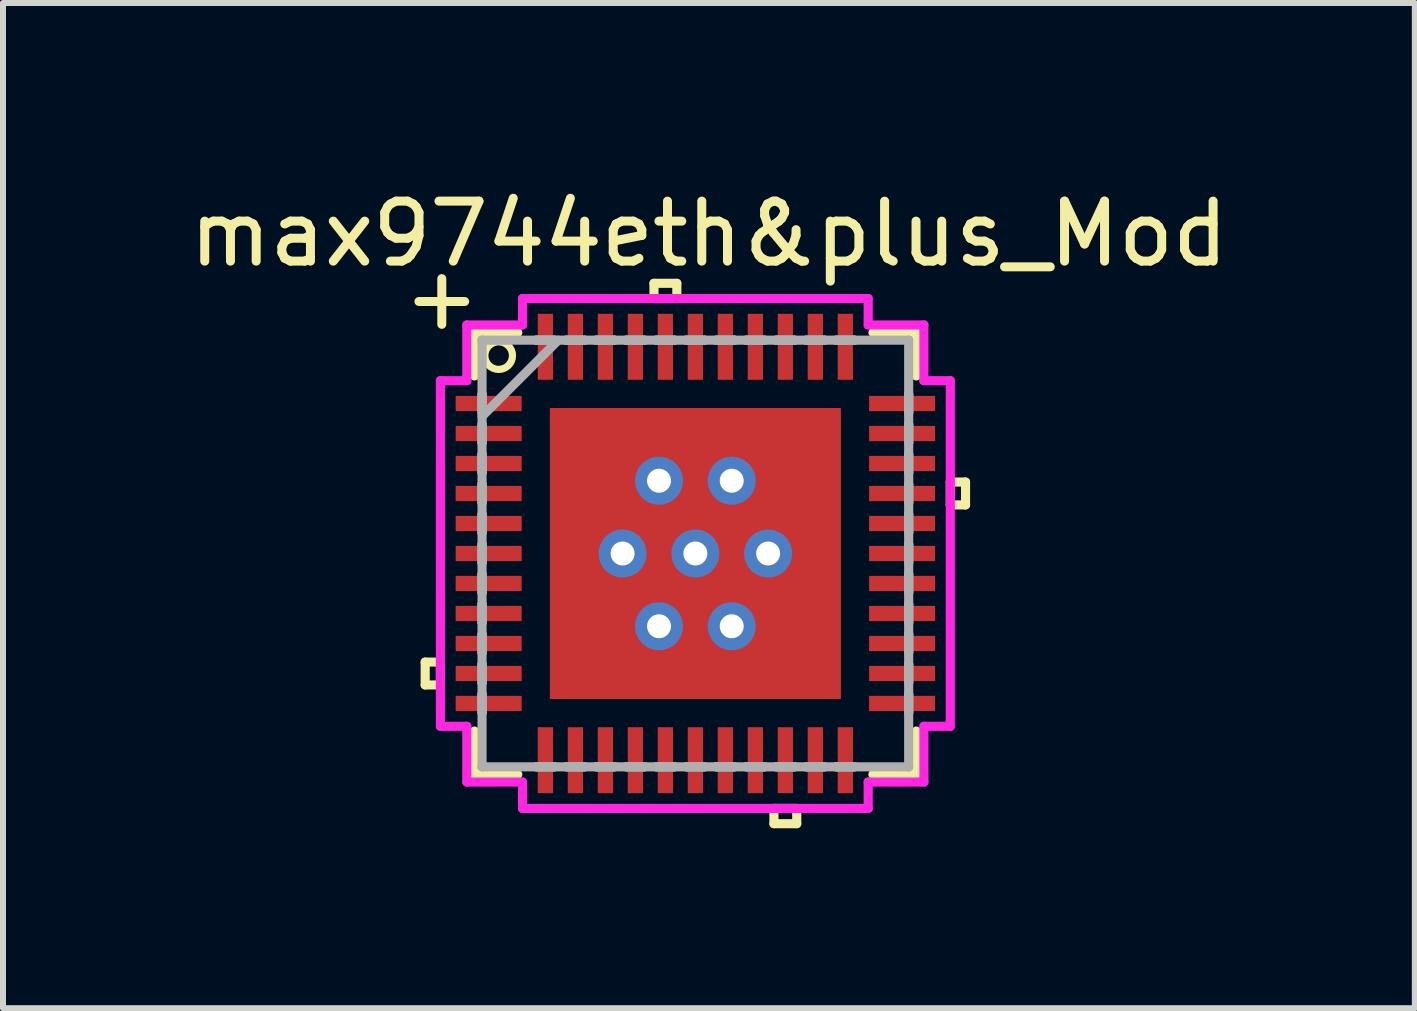
<source format=kicad_pcb>
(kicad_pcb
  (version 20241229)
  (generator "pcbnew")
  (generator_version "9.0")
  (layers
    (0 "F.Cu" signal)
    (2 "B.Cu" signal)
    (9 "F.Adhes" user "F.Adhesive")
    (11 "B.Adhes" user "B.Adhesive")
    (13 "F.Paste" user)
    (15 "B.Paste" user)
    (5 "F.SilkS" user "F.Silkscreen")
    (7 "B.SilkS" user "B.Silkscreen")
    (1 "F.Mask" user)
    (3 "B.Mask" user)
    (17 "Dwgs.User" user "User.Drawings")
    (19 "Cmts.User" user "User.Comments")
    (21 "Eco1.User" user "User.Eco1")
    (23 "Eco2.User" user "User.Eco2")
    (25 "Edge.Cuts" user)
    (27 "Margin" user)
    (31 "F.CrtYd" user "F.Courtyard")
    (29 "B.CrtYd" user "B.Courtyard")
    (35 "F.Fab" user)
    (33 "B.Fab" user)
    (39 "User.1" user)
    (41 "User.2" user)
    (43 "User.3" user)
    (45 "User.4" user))
  (footprint "max9744eth&plus_Mod"
    (layer "F.Cu")
    (at 8.542 6.177)
    (property "Reference" "max9744eth&plus_Mod" (at 0.226 -5.329 0) (layer "F.SilkS") (effects (font (size 1 1) (thickness 0.15))))
    (attr through_hole)
    (fp_line (start -4.504 1.81) (end -4.504 2.191) (stroke (width 0.152) (type solid)) (layer "F.SilkS"))
    (fp_line (start -4.504 2.191) (end -4.25 2.191) (stroke (width 0.152) (type solid)) (layer "F.SilkS"))
    (fp_line (start -4.25 1.81) (end -4.504 1.81) (stroke (width 0.152) (type solid)) (layer "F.SilkS"))
    (fp_line (start -4.25 2.191) (end -4.25 1.81) (stroke (width 0.152) (type solid)) (layer "F.SilkS"))
    (fp_line (start -3.683 -3.683) (end -3.683 -2.96) (stroke (width 0.152) (type solid)) (layer "F.SilkS"))
    (fp_line (start -3.683 2.96) (end -3.683 3.683) (stroke (width 0.152) (type solid)) (layer "F.SilkS"))
    (fp_line (start -3.683 3.683) (end -2.96 3.683) (stroke (width 0.152) (type solid)) (layer "F.SilkS"))
    (fp_line (start -2.96 -3.683) (end -3.683 -3.683) (stroke (width 0.152) (type solid)) (layer "F.SilkS"))
    (fp_line (start -0.69 -4.504) (end -0.309 -4.504) (stroke (width 0.152) (type solid)) (layer "F.SilkS"))
    (fp_line (start -0.69 -4.25) (end -0.69 -4.504) (stroke (width 0.152) (type solid)) (layer "F.SilkS"))
    (fp_line (start -0.309 -4.504) (end -0.309 -4.25) (stroke (width 0.152) (type solid)) (layer "F.SilkS"))
    (fp_line (start -0.309 -4.25) (end -0.69 -4.25) (stroke (width 0.152) (type solid)) (layer "F.SilkS"))
    (fp_line (start 1.31 4.25) (end 1.31 4.504) (stroke (width 0.152) (type solid)) (layer "F.SilkS"))
    (fp_line (start 1.31 4.504) (end 1.69 4.504) (stroke (width 0.152) (type solid)) (layer "F.SilkS"))
    (fp_line (start 1.69 4.25) (end 1.31 4.25) (stroke (width 0.152) (type solid)) (layer "F.SilkS"))
    (fp_line (start 1.69 4.504) (end 1.69 4.25) (stroke (width 0.152) (type solid)) (layer "F.SilkS"))
    (fp_line (start 2.96 3.683) (end 3.683 3.683) (stroke (width 0.152) (type solid)) (layer "F.SilkS"))
    (fp_line (start 3.683 -3.683) (end 2.96 -3.683) (stroke (width 0.152) (type solid)) (layer "F.SilkS"))
    (fp_line (start 3.683 -2.96) (end 3.683 -3.683) (stroke (width 0.152) (type solid)) (layer "F.SilkS"))
    (fp_line (start 3.683 3.683) (end 3.683 2.96) (stroke (width 0.152) (type solid)) (layer "F.SilkS"))
    (fp_line (start 4.25 -1.191) (end 4.504 -1.191) (stroke (width 0.152) (type solid)) (layer "F.SilkS"))
    (fp_line (start 4.25 -0.81) (end 4.25 -1.191) (stroke (width 0.152) (type solid)) (layer "F.SilkS"))
    (fp_line (start 4.504 -1.191) (end 4.504 -0.81) (stroke (width 0.152) (type solid)) (layer "F.SilkS"))
    (fp_line (start 4.504 -0.81) (end 4.25 -0.81) (stroke (width 0.152) (type solid)) (layer "F.SilkS"))
    (fp_circle (center -3.279 -3.299) (end -3.454 -3.449) (stroke (width 0.12) (type solid)) (fill no) (layer "F.SilkS"))
    (fp_line (start -2.326 -2.326) (end -2.326 -0.909) (stroke (width 0.152) (type solid)) (layer "F.Paste"))
    (fp_line (start -2.326 -0.909) (end -0.909 -0.909) (stroke (width 0.152) (type solid)) (layer "F.Paste"))
    (fp_line (start -2.326 -0.709) (end -2.326 0.709) (stroke (width 0.152) (type solid)) (layer "F.Paste"))
    (fp_line (start -2.326 0.709) (end -0.909 0.709) (stroke (width 0.152) (type solid)) (layer "F.Paste"))
    (fp_line (start -2.326 0.909) (end -2.326 2.326) (stroke (width 0.152) (type solid)) (layer "F.Paste"))
    (fp_line (start -2.326 2.326) (end -0.909 2.326) (stroke (width 0.152) (type solid)) (layer "F.Paste"))
    (fp_line (start -0.909 -2.326) (end -2.326 -2.326) (stroke (width 0.152) (type solid)) (layer "F.Paste"))
    (fp_line (start -0.909 -0.909) (end -0.909 -2.326) (stroke (width 0.152) (type solid)) (layer "F.Paste"))
    (fp_line (start -0.909 -0.709) (end -2.326 -0.709) (stroke (width 0.152) (type solid)) (layer "F.Paste"))
    (fp_line (start -0.909 0.709) (end -0.909 -0.709) (stroke (width 0.152) (type solid)) (layer "F.Paste"))
    (fp_line (start -0.909 0.909) (end -2.326 0.909) (stroke (width 0.152) (type solid)) (layer "F.Paste"))
    (fp_line (start -0.909 2.326) (end -0.909 0.909) (stroke (width 0.152) (type solid)) (layer "F.Paste"))
    (fp_line (start -0.709 -2.326) (end -0.709 -0.909) (stroke (width 0.152) (type solid)) (layer "F.Paste"))
    (fp_line (start -0.709 -0.909) (end 0.709 -0.909) (stroke (width 0.152) (type solid)) (layer "F.Paste"))
    (fp_line (start -0.709 -0.709) (end -0.709 0.709) (stroke (width 0.152) (type solid)) (layer "F.Paste"))
    (fp_line (start -0.709 0.709) (end 0.709 0.709) (stroke (width 0.152) (type solid)) (layer "F.Paste"))
    (fp_line (start -0.709 0.909) (end -0.709 2.326) (stroke (width 0.152) (type solid)) (layer "F.Paste"))
    (fp_line (start -0.709 2.326) (end 0.709 2.326) (stroke (width 0.152) (type solid)) (layer "F.Paste"))
    (fp_line (start 0.709 -2.326) (end -0.709 -2.326) (stroke (width 0.152) (type solid)) (layer "F.Paste"))
    (fp_line (start 0.709 -0.909) (end 0.709 -2.326) (stroke (width 0.152) (type solid)) (layer "F.Paste"))
    (fp_line (start 0.709 -0.709) (end -0.709 -0.709) (stroke (width 0.152) (type solid)) (layer "F.Paste"))
    (fp_line (start 0.709 0.709) (end 0.709 -0.709) (stroke (width 0.152) (type solid)) (layer "F.Paste"))
    (fp_line (start 0.709 0.909) (end -0.709 0.909) (stroke (width 0.152) (type solid)) (layer "F.Paste"))
    (fp_line (start 0.709 2.326) (end 0.709 0.909) (stroke (width 0.152) (type solid)) (layer "F.Paste"))
    (fp_line (start 0.909 -2.326) (end 0.909 -0.909) (stroke (width 0.152) (type solid)) (layer "F.Paste"))
    (fp_line (start 0.909 -0.909) (end 2.326 -0.909) (stroke (width 0.152) (type solid)) (layer "F.Paste"))
    (fp_line (start 0.909 -0.709) (end 0.909 0.709) (stroke (width 0.152) (type solid)) (layer "F.Paste"))
    (fp_line (start 0.909 0.709) (end 2.326 0.709) (stroke (width 0.152) (type solid)) (layer "F.Paste"))
    (fp_line (start 0.909 0.909) (end 0.909 2.326) (stroke (width 0.152) (type solid)) (layer "F.Paste"))
    (fp_line (start 0.909 2.326) (end 2.326 2.326) (stroke (width 0.152) (type solid)) (layer "F.Paste"))
    (fp_line (start 2.326 -2.326) (end 0.909 -2.326) (stroke (width 0.152) (type solid)) (layer "F.Paste"))
    (fp_line (start 2.326 -0.909) (end 2.326 -2.326) (stroke (width 0.152) (type solid)) (layer "F.Paste"))
    (fp_line (start 2.326 -0.709) (end 0.909 -0.709) (stroke (width 0.152) (type solid)) (layer "F.Paste"))
    (fp_line (start 2.326 0.709) (end 2.326 -0.709) (stroke (width 0.152) (type solid)) (layer "F.Paste"))
    (fp_line (start 2.326 0.909) (end 0.909 0.909) (stroke (width 0.152) (type solid)) (layer "F.Paste"))
    (fp_line (start 2.326 2.326) (end 2.326 0.909) (stroke (width 0.152) (type solid)) (layer "F.Paste"))
    (fp_line (start -4.25 -2.881) (end -3.81 -2.881) (stroke (width 0.152) (type solid)) (layer "F.CrtYd"))
    (fp_line (start -4.25 2.881) (end -4.25 -2.881) (stroke (width 0.152) (type solid)) (layer "F.CrtYd"))
    (fp_line (start -3.81 -3.81) (end -2.881 -3.81) (stroke (width 0.152) (type solid)) (layer "F.CrtYd"))
    (fp_line (start -3.81 -2.881) (end -3.81 -3.81) (stroke (width 0.152) (type solid)) (layer "F.CrtYd"))
    (fp_line (start -3.81 2.881) (end -4.25 2.881) (stroke (width 0.152) (type solid)) (layer "F.CrtYd"))
    (fp_line (start -3.81 3.81) (end -3.81 2.881) (stroke (width 0.152) (type solid)) (layer "F.CrtYd"))
    (fp_line (start -2.881 -4.25) (end 2.881 -4.25) (stroke (width 0.152) (type solid)) (layer "F.CrtYd"))
    (fp_line (start -2.881 -3.81) (end -2.881 -4.25) (stroke (width 0.152) (type solid)) (layer "F.CrtYd"))
    (fp_line (start -2.881 3.81) (end -3.81 3.81) (stroke (width 0.152) (type solid)) (layer "F.CrtYd"))
    (fp_line (start -2.881 4.25) (end -2.881 3.81) (stroke (width 0.152) (type solid)) (layer "F.CrtYd"))
    (fp_line (start 2.881 -4.25) (end 2.881 -3.81) (stroke (width 0.152) (type solid)) (layer "F.CrtYd"))
    (fp_line (start 2.881 -3.81) (end 3.81 -3.81) (stroke (width 0.152) (type solid)) (layer "F.CrtYd"))
    (fp_line (start 2.881 3.81) (end 2.881 4.25) (stroke (width 0.152) (type solid)) (layer "F.CrtYd"))
    (fp_line (start 2.881 4.25) (end -2.881 4.25) (stroke (width 0.152) (type solid)) (layer "F.CrtYd"))
    (fp_line (start 3.81 -3.81) (end 3.81 -2.881) (stroke (width 0.152) (type solid)) (layer "F.CrtYd"))
    (fp_line (start 3.81 -2.881) (end 4.25 -2.881) (stroke (width 0.152) (type solid)) (layer "F.CrtYd"))
    (fp_line (start 3.81 2.881) (end 3.81 3.81) (stroke (width 0.152) (type solid)) (layer "F.CrtYd"))
    (fp_line (start 3.81 3.81) (end 2.881 3.81) (stroke (width 0.152) (type solid)) (layer "F.CrtYd"))
    (fp_line (start 4.25 -2.881) (end 4.25 2.881) (stroke (width 0.152) (type solid)) (layer "F.CrtYd"))
    (fp_line (start 4.25 2.881) (end 3.81 2.881) (stroke (width 0.152) (type solid)) (layer "F.CrtYd"))
    (fp_line (start -3.556 -3.556) (end -3.556 -3.556) (stroke (width 0.152) (type solid)) (layer "F.Fab"))
    (fp_line (start -3.556 -3.556) (end -3.556 3.556) (stroke (width 0.152) (type solid)) (layer "F.Fab"))
    (fp_line (start -3.556 -2.652) (end -3.556 -2.652) (stroke (width 0.152) (type solid)) (layer "F.Fab"))
    (fp_line (start -3.556 -2.652) (end -3.556 -2.348) (stroke (width 0.152) (type solid)) (layer "F.Fab"))
    (fp_line (start -3.556 -2.348) (end -3.556 -2.652) (stroke (width 0.152) (type solid)) (layer "F.Fab"))
    (fp_line (start -3.556 -2.348) (end -3.556 -2.348) (stroke (width 0.152) (type solid)) (layer "F.Fab"))
    (fp_line (start -3.556 -2.286) (end -2.286 -3.556) (stroke (width 0.152) (type solid)) (layer "F.Fab"))
    (fp_line (start -3.556 -2.152) (end -3.556 -2.152) (stroke (width 0.152) (type solid)) (layer "F.Fab"))
    (fp_line (start -3.556 -2.152) (end -3.556 -1.848) (stroke (width 0.152) (type solid)) (layer "F.Fab"))
    (fp_line (start -3.556 -1.848) (end -3.556 -2.152) (stroke (width 0.152) (type solid)) (layer "F.Fab"))
    (fp_line (start -3.556 -1.848) (end -3.556 -1.848) (stroke (width 0.152) (type solid)) (layer "F.Fab"))
    (fp_line (start -3.556 -1.652) (end -3.556 -1.652) (stroke (width 0.152) (type solid)) (layer "F.Fab"))
    (fp_line (start -3.556 -1.652) (end -3.556 -1.348) (stroke (width 0.152) (type solid)) (layer "F.Fab"))
    (fp_line (start -3.556 -1.348) (end -3.556 -1.652) (stroke (width 0.152) (type solid)) (layer "F.Fab"))
    (fp_line (start -3.556 -1.348) (end -3.556 -1.348) (stroke (width 0.152) (type solid)) (layer "F.Fab"))
    (fp_line (start -3.556 -1.152) (end -3.556 -1.152) (stroke (width 0.152) (type solid)) (layer "F.Fab"))
    (fp_line (start -3.556 -1.152) (end -3.556 -0.848) (stroke (width 0.152) (type solid)) (layer "F.Fab"))
    (fp_line (start -3.556 -0.848) (end -3.556 -1.152) (stroke (width 0.152) (type solid)) (layer "F.Fab"))
    (fp_line (start -3.556 -0.848) (end -3.556 -0.848) (stroke (width 0.152) (type solid)) (layer "F.Fab"))
    (fp_line (start -3.556 -0.652) (end -3.556 -0.652) (stroke (width 0.152) (type solid)) (layer "F.Fab"))
    (fp_line (start -3.556 -0.652) (end -3.556 -0.348) (stroke (width 0.152) (type solid)) (layer "F.Fab"))
    (fp_line (start -3.556 -0.348) (end -3.556 -0.652) (stroke (width 0.152) (type solid)) (layer "F.Fab"))
    (fp_line (start -3.556 -0.348) (end -3.556 -0.348) (stroke (width 0.152) (type solid)) (layer "F.Fab"))
    (fp_line (start -3.556 -0.152) (end -3.556 -0.152) (stroke (width 0.152) (type solid)) (layer "F.Fab"))
    (fp_line (start -3.556 -0.152) (end -3.556 0.152) (stroke (width 0.152) (type solid)) (layer "F.Fab"))
    (fp_line (start -3.556 0.152) (end -3.556 -0.152) (stroke (width 0.152) (type solid)) (layer "F.Fab"))
    (fp_line (start -3.556 0.152) (end -3.556 0.152) (stroke (width 0.152) (type solid)) (layer "F.Fab"))
    (fp_line (start -3.556 0.348) (end -3.556 0.348) (stroke (width 0.152) (type solid)) (layer "F.Fab"))
    (fp_line (start -3.556 0.348) (end -3.556 0.652) (stroke (width 0.152) (type solid)) (layer "F.Fab"))
    (fp_line (start -3.556 0.652) (end -3.556 0.348) (stroke (width 0.152) (type solid)) (layer "F.Fab"))
    (fp_line (start -3.556 0.652) (end -3.556 0.652) (stroke (width 0.152) (type solid)) (layer "F.Fab"))
    (fp_line (start -3.556 0.848) (end -3.556 0.848) (stroke (width 0.152) (type solid)) (layer "F.Fab"))
    (fp_line (start -3.556 0.848) (end -3.556 1.152) (stroke (width 0.152) (type solid)) (layer "F.Fab"))
    (fp_line (start -3.556 1.152) (end -3.556 0.848) (stroke (width 0.152) (type solid)) (layer "F.Fab"))
    (fp_line (start -3.556 1.152) (end -3.556 1.152) (stroke (width 0.152) (type solid)) (layer "F.Fab"))
    (fp_line (start -3.556 1.348) (end -3.556 1.348) (stroke (width 0.152) (type solid)) (layer "F.Fab"))
    (fp_line (start -3.556 1.348) (end -3.556 1.652) (stroke (width 0.152) (type solid)) (layer "F.Fab"))
    (fp_line (start -3.556 1.652) (end -3.556 1.348) (stroke (width 0.152) (type solid)) (layer "F.Fab"))
    (fp_line (start -3.556 1.652) (end -3.556 1.652) (stroke (width 0.152) (type solid)) (layer "F.Fab"))
    (fp_line (start -3.556 1.848) (end -3.556 1.848) (stroke (width 0.152) (type solid)) (layer "F.Fab"))
    (fp_line (start -3.556 1.848) (end -3.556 2.152) (stroke (width 0.152) (type solid)) (layer "F.Fab"))
    (fp_line (start -3.556 2.152) (end -3.556 1.848) (stroke (width 0.152) (type solid)) (layer "F.Fab"))
    (fp_line (start -3.556 2.152) (end -3.556 2.152) (stroke (width 0.152) (type solid)) (layer "F.Fab"))
    (fp_line (start -3.556 2.348) (end -3.556 2.348) (stroke (width 0.152) (type solid)) (layer "F.Fab"))
    (fp_line (start -3.556 2.348) (end -3.556 2.652) (stroke (width 0.152) (type solid)) (layer "F.Fab"))
    (fp_line (start -3.556 2.652) (end -3.556 2.348) (stroke (width 0.152) (type solid)) (layer "F.Fab"))
    (fp_line (start -3.556 2.652) (end -3.556 2.652) (stroke (width 0.152) (type solid)) (layer "F.Fab"))
    (fp_line (start -3.556 3.556) (end -3.556 3.556) (stroke (width 0.152) (type solid)) (layer "F.Fab"))
    (fp_line (start -3.556 3.556) (end 3.556 3.556) (stroke (width 0.152) (type solid)) (layer "F.Fab"))
    (fp_line (start -2.652 -3.556) (end -2.652 -3.556) (stroke (width 0.152) (type solid)) (layer "F.Fab"))
    (fp_line (start -2.652 -3.556) (end -2.348 -3.556) (stroke (width 0.152) (type solid)) (layer "F.Fab"))
    (fp_line (start -2.652 3.556) (end -2.652 3.556) (stroke (width 0.152) (type solid)) (layer "F.Fab"))
    (fp_line (start -2.652 3.556) (end -2.348 3.556) (stroke (width 0.152) (type solid)) (layer "F.Fab"))
    (fp_line (start -2.348 -3.556) (end -2.652 -3.556) (stroke (width 0.152) (type solid)) (layer "F.Fab"))
    (fp_line (start -2.348 -3.556) (end -2.348 -3.556) (stroke (width 0.152) (type solid)) (layer "F.Fab"))
    (fp_line (start -2.348 3.556) (end -2.652 3.556) (stroke (width 0.152) (type solid)) (layer "F.Fab"))
    (fp_line (start -2.348 3.556) (end -2.348 3.556) (stroke (width 0.152) (type solid)) (layer "F.Fab"))
    (fp_line (start -2.152 -3.556) (end -2.152 -3.556) (stroke (width 0.152) (type solid)) (layer "F.Fab"))
    (fp_line (start -2.152 -3.556) (end -1.848 -3.556) (stroke (width 0.152) (type solid)) (layer "F.Fab"))
    (fp_line (start -2.152 3.556) (end -2.152 3.556) (stroke (width 0.152) (type solid)) (layer "F.Fab"))
    (fp_line (start -2.152 3.556) (end -1.848 3.556) (stroke (width 0.152) (type solid)) (layer "F.Fab"))
    (fp_line (start -1.848 -3.556) (end -2.152 -3.556) (stroke (width 0.152) (type solid)) (layer "F.Fab"))
    (fp_line (start -1.848 -3.556) (end -1.848 -3.556) (stroke (width 0.152) (type solid)) (layer "F.Fab"))
    (fp_line (start -1.848 3.556) (end -2.152 3.556) (stroke (width 0.152) (type solid)) (layer "F.Fab"))
    (fp_line (start -1.848 3.556) (end -1.848 3.556) (stroke (width 0.152) (type solid)) (layer "F.Fab"))
    (fp_line (start -1.652 -3.556) (end -1.652 -3.556) (stroke (width 0.152) (type solid)) (layer "F.Fab"))
    (fp_line (start -1.652 -3.556) (end -1.348 -3.556) (stroke (width 0.152) (type solid)) (layer "F.Fab"))
    (fp_line (start -1.652 3.556) (end -1.652 3.556) (stroke (width 0.152) (type solid)) (layer "F.Fab"))
    (fp_line (start -1.652 3.556) (end -1.348 3.556) (stroke (width 0.152) (type solid)) (layer "F.Fab"))
    (fp_line (start -1.348 -3.556) (end -1.652 -3.556) (stroke (width 0.152) (type solid)) (layer "F.Fab"))
    (fp_line (start -1.348 -3.556) (end -1.348 -3.556) (stroke (width 0.152) (type solid)) (layer "F.Fab"))
    (fp_line (start -1.348 3.556) (end -1.652 3.556) (stroke (width 0.152) (type solid)) (layer "F.Fab"))
    (fp_line (start -1.348 3.556) (end -1.348 3.556) (stroke (width 0.152) (type solid)) (layer "F.Fab"))
    (fp_line (start -1.152 -3.556) (end -1.152 -3.556) (stroke (width 0.152) (type solid)) (layer "F.Fab"))
    (fp_line (start -1.152 -3.556) (end -0.848 -3.556) (stroke (width 0.152) (type solid)) (layer "F.Fab"))
    (fp_line (start -1.152 3.556) (end -1.152 3.556) (stroke (width 0.152) (type solid)) (layer "F.Fab"))
    (fp_line (start -1.152 3.556) (end -0.848 3.556) (stroke (width 0.152) (type solid)) (layer "F.Fab"))
    (fp_line (start -0.848 -3.556) (end -1.152 -3.556) (stroke (width 0.152) (type solid)) (layer "F.Fab"))
    (fp_line (start -0.848 -3.556) (end -0.848 -3.556) (stroke (width 0.152) (type solid)) (layer "F.Fab"))
    (fp_line (start -0.848 3.556) (end -1.152 3.556) (stroke (width 0.152) (type solid)) (layer "F.Fab"))
    (fp_line (start -0.848 3.556) (end -0.848 3.556) (stroke (width 0.152) (type solid)) (layer "F.Fab"))
    (fp_line (start -0.652 -3.556) (end -0.652 -3.556) (stroke (width 0.152) (type solid)) (layer "F.Fab"))
    (fp_line (start -0.652 -3.556) (end -0.348 -3.556) (stroke (width 0.152) (type solid)) (layer "F.Fab"))
    (fp_line (start -0.652 3.556) (end -0.652 3.556) (stroke (width 0.152) (type solid)) (layer "F.Fab"))
    (fp_line (start -0.652 3.556) (end -0.348 3.556) (stroke (width 0.152) (type solid)) (layer "F.Fab"))
    (fp_line (start -0.348 -3.556) (end -0.652 -3.556) (stroke (width 0.152) (type solid)) (layer "F.Fab"))
    (fp_line (start -0.348 -3.556) (end -0.348 -3.556) (stroke (width 0.152) (type solid)) (layer "F.Fab"))
    (fp_line (start -0.348 3.556) (end -0.652 3.556) (stroke (width 0.152) (type solid)) (layer "F.Fab"))
    (fp_line (start -0.348 3.556) (end -0.348 3.556) (stroke (width 0.152) (type solid)) (layer "F.Fab"))
    (fp_line (start -0.152 -3.556) (end -0.152 -3.556) (stroke (width 0.152) (type solid)) (layer "F.Fab"))
    (fp_line (start -0.152 -3.556) (end 0.152 -3.556) (stroke (width 0.152) (type solid)) (layer "F.Fab"))
    (fp_line (start -0.152 3.556) (end -0.152 3.556) (stroke (width 0.152) (type solid)) (layer "F.Fab"))
    (fp_line (start -0.152 3.556) (end 0.152 3.556) (stroke (width 0.152) (type solid)) (layer "F.Fab"))
    (fp_line (start 0.152 -3.556) (end -0.152 -3.556) (stroke (width 0.152) (type solid)) (layer "F.Fab"))
    (fp_line (start 0.152 -3.556) (end 0.152 -3.556) (stroke (width 0.152) (type solid)) (layer "F.Fab"))
    (fp_line (start 0.152 3.556) (end -0.152 3.556) (stroke (width 0.152) (type solid)) (layer "F.Fab"))
    (fp_line (start 0.152 3.556) (end 0.152 3.556) (stroke (width 0.152) (type solid)) (layer "F.Fab"))
    (fp_line (start 0.348 -3.556) (end 0.348 -3.556) (stroke (width 0.152) (type solid)) (layer "F.Fab"))
    (fp_line (start 0.348 -3.556) (end 0.652 -3.556) (stroke (width 0.152) (type solid)) (layer "F.Fab"))
    (fp_line (start 0.348 3.556) (end 0.348 3.556) (stroke (width 0.152) (type solid)) (layer "F.Fab"))
    (fp_line (start 0.348 3.556) (end 0.652 3.556) (stroke (width 0.152) (type solid)) (layer "F.Fab"))
    (fp_line (start 0.652 -3.556) (end 0.348 -3.556) (stroke (width 0.152) (type solid)) (layer "F.Fab"))
    (fp_line (start 0.652 -3.556) (end 0.652 -3.556) (stroke (width 0.152) (type solid)) (layer "F.Fab"))
    (fp_line (start 0.652 3.556) (end 0.348 3.556) (stroke (width 0.152) (type solid)) (layer "F.Fab"))
    (fp_line (start 0.652 3.556) (end 0.652 3.556) (stroke (width 0.152) (type solid)) (layer "F.Fab"))
    (fp_line (start 0.848 -3.556) (end 0.848 -3.556) (stroke (width 0.152) (type solid)) (layer "F.Fab"))
    (fp_line (start 0.848 -3.556) (end 1.152 -3.556) (stroke (width 0.152) (type solid)) (layer "F.Fab"))
    (fp_line (start 0.848 3.556) (end 0.848 3.556) (stroke (width 0.152) (type solid)) (layer "F.Fab"))
    (fp_line (start 0.848 3.556) (end 1.152 3.556) (stroke (width 0.152) (type solid)) (layer "F.Fab"))
    (fp_line (start 1.152 -3.556) (end 0.848 -3.556) (stroke (width 0.152) (type solid)) (layer "F.Fab"))
    (fp_line (start 1.152 -3.556) (end 1.152 -3.556) (stroke (width 0.152) (type solid)) (layer "F.Fab"))
    (fp_line (start 1.152 3.556) (end 0.848 3.556) (stroke (width 0.152) (type solid)) (layer "F.Fab"))
    (fp_line (start 1.152 3.556) (end 1.152 3.556) (stroke (width 0.152) (type solid)) (layer "F.Fab"))
    (fp_line (start 1.348 -3.556) (end 1.348 -3.556) (stroke (width 0.152) (type solid)) (layer "F.Fab"))
    (fp_line (start 1.348 -3.556) (end 1.652 -3.556) (stroke (width 0.152) (type solid)) (layer "F.Fab"))
    (fp_line (start 1.348 3.556) (end 1.348 3.556) (stroke (width 0.152) (type solid)) (layer "F.Fab"))
    (fp_line (start 1.348 3.556) (end 1.652 3.556) (stroke (width 0.152) (type solid)) (layer "F.Fab"))
    (fp_line (start 1.652 -3.556) (end 1.348 -3.556) (stroke (width 0.152) (type solid)) (layer "F.Fab"))
    (fp_line (start 1.652 -3.556) (end 1.652 -3.556) (stroke (width 0.152) (type solid)) (layer "F.Fab"))
    (fp_line (start 1.652 3.556) (end 1.348 3.556) (stroke (width 0.152) (type solid)) (layer "F.Fab"))
    (fp_line (start 1.652 3.556) (end 1.652 3.556) (stroke (width 0.152) (type solid)) (layer "F.Fab"))
    (fp_line (start 1.848 -3.556) (end 1.848 -3.556) (stroke (width 0.152) (type solid)) (layer "F.Fab"))
    (fp_line (start 1.848 -3.556) (end 2.152 -3.556) (stroke (width 0.152) (type solid)) (layer "F.Fab"))
    (fp_line (start 1.848 3.556) (end 1.848 3.556) (stroke (width 0.152) (type solid)) (layer "F.Fab"))
    (fp_line (start 1.848 3.556) (end 2.152 3.556) (stroke (width 0.152) (type solid)) (layer "F.Fab"))
    (fp_line (start 2.152 -3.556) (end 1.848 -3.556) (stroke (width 0.152) (type solid)) (layer "F.Fab"))
    (fp_line (start 2.152 -3.556) (end 2.152 -3.556) (stroke (width 0.152) (type solid)) (layer "F.Fab"))
    (fp_line (start 2.152 3.556) (end 1.848 3.556) (stroke (width 0.152) (type solid)) (layer "F.Fab"))
    (fp_line (start 2.152 3.556) (end 2.152 3.556) (stroke (width 0.152) (type solid)) (layer "F.Fab"))
    (fp_line (start 2.348 -3.556) (end 2.348 -3.556) (stroke (width 0.152) (type solid)) (layer "F.Fab"))
    (fp_line (start 2.348 -3.556) (end 2.652 -3.556) (stroke (width 0.152) (type solid)) (layer "F.Fab"))
    (fp_line (start 2.348 3.556) (end 2.348 3.556) (stroke (width 0.152) (type solid)) (layer "F.Fab"))
    (fp_line (start 2.348 3.556) (end 2.652 3.556) (stroke (width 0.152) (type solid)) (layer "F.Fab"))
    (fp_line (start 2.652 -3.556) (end 2.348 -3.556) (stroke (width 0.152) (type solid)) (layer "F.Fab"))
    (fp_line (start 2.652 -3.556) (end 2.652 -3.556) (stroke (width 0.152) (type solid)) (layer "F.Fab"))
    (fp_line (start 2.652 3.556) (end 2.348 3.556) (stroke (width 0.152) (type solid)) (layer "F.Fab"))
    (fp_line (start 2.652 3.556) (end 2.652 3.556) (stroke (width 0.152) (type solid)) (layer "F.Fab"))
    (fp_line (start 3.556 -3.556) (end -3.556 -3.556) (stroke (width 0.152) (type solid)) (layer "F.Fab"))
    (fp_line (start 3.556 -3.556) (end 3.556 -3.556) (stroke (width 0.152) (type solid)) (layer "F.Fab"))
    (fp_line (start 3.556 -2.652) (end 3.556 -2.652) (stroke (width 0.152) (type solid)) (layer "F.Fab"))
    (fp_line (start 3.556 -2.652) (end 3.556 -2.348) (stroke (width 0.152) (type solid)) (layer "F.Fab"))
    (fp_line (start 3.556 -2.348) (end 3.556 -2.652) (stroke (width 0.152) (type solid)) (layer "F.Fab"))
    (fp_line (start 3.556 -2.348) (end 3.556 -2.348) (stroke (width 0.152) (type solid)) (layer "F.Fab"))
    (fp_line (start 3.556 -2.152) (end 3.556 -2.152) (stroke (width 0.152) (type solid)) (layer "F.Fab"))
    (fp_line (start 3.556 -2.152) (end 3.556 -1.848) (stroke (width 0.152) (type solid)) (layer "F.Fab"))
    (fp_line (start 3.556 -1.848) (end 3.556 -2.152) (stroke (width 0.152) (type solid)) (layer "F.Fab"))
    (fp_line (start 3.556 -1.848) (end 3.556 -1.848) (stroke (width 0.152) (type solid)) (layer "F.Fab"))
    (fp_line (start 3.556 -1.652) (end 3.556 -1.652) (stroke (width 0.152) (type solid)) (layer "F.Fab"))
    (fp_line (start 3.556 -1.652) (end 3.556 -1.348) (stroke (width 0.152) (type solid)) (layer "F.Fab"))
    (fp_line (start 3.556 -1.348) (end 3.556 -1.652) (stroke (width 0.152) (type solid)) (layer "F.Fab"))
    (fp_line (start 3.556 -1.348) (end 3.556 -1.348) (stroke (width 0.152) (type solid)) (layer "F.Fab"))
    (fp_line (start 3.556 -1.152) (end 3.556 -1.152) (stroke (width 0.152) (type solid)) (layer "F.Fab"))
    (fp_line (start 3.556 -1.152) (end 3.556 -0.848) (stroke (width 0.152) (type solid)) (layer "F.Fab"))
    (fp_line (start 3.556 -0.848) (end 3.556 -1.152) (stroke (width 0.152) (type solid)) (layer "F.Fab"))
    (fp_line (start 3.556 -0.848) (end 3.556 -0.848) (stroke (width 0.152) (type solid)) (layer "F.Fab"))
    (fp_line (start 3.556 -0.652) (end 3.556 -0.652) (stroke (width 0.152) (type solid)) (layer "F.Fab"))
    (fp_line (start 3.556 -0.652) (end 3.556 -0.348) (stroke (width 0.152) (type solid)) (layer "F.Fab"))
    (fp_line (start 3.556 -0.348) (end 3.556 -0.652) (stroke (width 0.152) (type solid)) (layer "F.Fab"))
    (fp_line (start 3.556 -0.348) (end 3.556 -0.348) (stroke (width 0.152) (type solid)) (layer "F.Fab"))
    (fp_line (start 3.556 -0.152) (end 3.556 -0.152) (stroke (width 0.152) (type solid)) (layer "F.Fab"))
    (fp_line (start 3.556 -0.152) (end 3.556 0.152) (stroke (width 0.152) (type solid)) (layer "F.Fab"))
    (fp_line (start 3.556 0.152) (end 3.556 -0.152) (stroke (width 0.152) (type solid)) (layer "F.Fab"))
    (fp_line (start 3.556 0.152) (end 3.556 0.152) (stroke (width 0.152) (type solid)) (layer "F.Fab"))
    (fp_line (start 3.556 0.348) (end 3.556 0.348) (stroke (width 0.152) (type solid)) (layer "F.Fab"))
    (fp_line (start 3.556 0.348) (end 3.556 0.652) (stroke (width 0.152) (type solid)) (layer "F.Fab"))
    (fp_line (start 3.556 0.652) (end 3.556 0.348) (stroke (width 0.152) (type solid)) (layer "F.Fab"))
    (fp_line (start 3.556 0.652) (end 3.556 0.652) (stroke (width 0.152) (type solid)) (layer "F.Fab"))
    (fp_line (start 3.556 0.848) (end 3.556 0.848) (stroke (width 0.152) (type solid)) (layer "F.Fab"))
    (fp_line (start 3.556 0.848) (end 3.556 1.152) (stroke (width 0.152) (type solid)) (layer "F.Fab"))
    (fp_line (start 3.556 1.152) (end 3.556 0.848) (stroke (width 0.152) (type solid)) (layer "F.Fab"))
    (fp_line (start 3.556 1.152) (end 3.556 1.152) (stroke (width 0.152) (type solid)) (layer "F.Fab"))
    (fp_line (start 3.556 1.348) (end 3.556 1.348) (stroke (width 0.152) (type solid)) (layer "F.Fab"))
    (fp_line (start 3.556 1.348) (end 3.556 1.652) (stroke (width 0.152) (type solid)) (layer "F.Fab"))
    (fp_line (start 3.556 1.652) (end 3.556 1.348) (stroke (width 0.152) (type solid)) (layer "F.Fab"))
    (fp_line (start 3.556 1.652) (end 3.556 1.652) (stroke (width 0.152) (type solid)) (layer "F.Fab"))
    (fp_line (start 3.556 1.848) (end 3.556 1.848) (stroke (width 0.152) (type solid)) (layer "F.Fab"))
    (fp_line (start 3.556 1.848) (end 3.556 2.152) (stroke (width 0.152) (type solid)) (layer "F.Fab"))
    (fp_line (start 3.556 2.152) (end 3.556 1.848) (stroke (width 0.152) (type solid)) (layer "F.Fab"))
    (fp_line (start 3.556 2.152) (end 3.556 2.152) (stroke (width 0.152) (type solid)) (layer "F.Fab"))
    (fp_line (start 3.556 2.348) (end 3.556 2.348) (stroke (width 0.152) (type solid)) (layer "F.Fab"))
    (fp_line (start 3.556 2.348) (end 3.556 2.652) (stroke (width 0.152) (type solid)) (layer "F.Fab"))
    (fp_line (start 3.556 2.652) (end 3.556 2.348) (stroke (width 0.152) (type solid)) (layer "F.Fab"))
    (fp_line (start 3.556 2.652) (end 3.556 2.652) (stroke (width 0.152) (type solid)) (layer "F.Fab"))
    (fp_line (start 3.556 3.556) (end 3.556 -3.556) (stroke (width 0.152) (type solid)) (layer "F.Fab"))
    (fp_line (start 3.556 3.556) (end 3.556 3.556) (stroke (width 0.152) (type solid)) (layer "F.Fab"))
    (fp_text user "+" (at -4.227 -4.275 180) (layer "F.SilkS") (effects (font (size 1 1) (thickness 0.15))))
    (pad "1" smd rect (at -3.446 -2.5 90) (size 0.254 1.1) (layers "F.Cu" "F.Mask" "F.Paste"))
    (pad "2" smd rect (at -3.446 -2 90) (size 0.254 1.1) (layers "F.Cu" "F.Mask" "F.Paste"))
    (pad "3" smd rect (at -3.446 -1.5 90) (size 0.254 1.1) (layers "F.Cu" "F.Mask" "F.Paste"))
    (pad "4" smd rect (at -3.446 -1 90) (size 0.254 1.1) (layers "F.Cu" "F.Mask" "F.Paste"))
    (pad "5" smd rect (at -3.446 -0.5 90) (size 0.254 1.1) (layers "F.Cu" "F.Mask" "F.Paste"))
    (pad "6" smd rect (at -3.446 0 90) (size 0.254 1.1) (layers "F.Cu" "F.Mask" "F.Paste"))
    (pad "7" smd rect (at -3.446 0.5 90) (size 0.254 1.1) (layers "F.Cu" "F.Mask" "F.Paste"))
    (pad "8" smd rect (at -3.446 1 90) (size 0.254 1.1) (layers "F.Cu" "F.Mask" "F.Paste"))
    (pad "9" smd rect (at -3.446 1.5 90) (size 0.254 1.1) (layers "F.Cu" "F.Mask" "F.Paste"))
    (pad "10" smd rect (at -3.446 2 90) (size 0.254 1.1) (layers "F.Cu" "F.Mask" "F.Paste"))
    (pad "11" smd rect (at -3.446 2.5 90) (size 0.254 1.1) (layers "F.Cu" "F.Mask" "F.Paste"))
    (pad "12" smd rect (at -2.5 3.446) (size 0.254 1.1) (layers "F.Cu" "F.Mask" "F.Paste"))
    (pad "13" smd rect (at -2 3.446) (size 0.254 1.1) (layers "F.Cu" "F.Mask" "F.Paste"))
    (pad "14" smd rect (at -1.5 3.446) (size 0.254 1.1) (layers "F.Cu" "F.Mask" "F.Paste"))
    (pad "15" smd rect (at -1 3.446) (size 0.254 1.1) (layers "F.Cu" "F.Mask" "F.Paste"))
    (pad "16" smd rect (at -0.5 3.446) (size 0.254 1.1) (layers "F.Cu" "F.Mask" "F.Paste"))
    (pad "17" smd rect (at 0 3.446) (size 0.254 1.1) (layers "F.Cu" "F.Mask" "F.Paste"))
    (pad "18" smd rect (at 0.5 3.446) (size 0.254 1.1) (layers "F.Cu" "F.Mask" "F.Paste"))
    (pad "19" smd rect (at 1 3.446) (size 0.254 1.1) (layers "F.Cu" "F.Mask" "F.Paste"))
    (pad "20" smd rect (at 1.5 3.446) (size 0.254 1.1) (layers "F.Cu" "F.Mask" "F.Paste"))
    (pad "21" smd rect (at 2 3.446) (size 0.254 1.1) (layers "F.Cu" "F.Mask" "F.Paste"))
    (pad "22" smd rect (at 2.5 3.446) (size 0.254 1.1) (layers "F.Cu" "F.Mask" "F.Paste"))
    (pad "23" smd rect (at 3.446 2.5 90) (size 0.254 1.1) (layers "F.Cu" "F.Mask" "F.Paste"))
    (pad "24" smd rect (at 3.446 2 90) (size 0.254 1.1) (layers "F.Cu" "F.Mask" "F.Paste"))
    (pad "25" smd rect (at 3.446 1.5 90) (size 0.254 1.1) (layers "F.Cu" "F.Mask" "F.Paste"))
    (pad "26" smd rect (at 3.446 1 90) (size 0.254 1.1) (layers "F.Cu" "F.Mask" "F.Paste"))
    (pad "27" smd rect (at 3.446 0.5 90) (size 0.254 1.1) (layers "F.Cu" "F.Mask" "F.Paste"))
    (pad "28" smd rect (at 3.446 0 90) (size 0.254 1.1) (layers "F.Cu" "F.Mask" "F.Paste"))
    (pad "29" smd rect (at 3.446 -0.5 90) (size 0.254 1.1) (layers "F.Cu" "F.Mask" "F.Paste"))
    (pad "30" smd rect (at 3.446 -1 90) (size 0.254 1.1) (layers "F.Cu" "F.Mask" "F.Paste"))
    (pad "31" smd rect (at 3.446 -1.5 90) (size 0.254 1.1) (layers "F.Cu" "F.Mask" "F.Paste"))
    (pad "32" smd rect (at 3.446 -2 90) (size 0.254 1.1) (layers "F.Cu" "F.Mask" "F.Paste"))
    (pad "33" smd rect (at 3.446 -2.5 90) (size 0.254 1.1) (layers "F.Cu" "F.Mask" "F.Paste"))
    (pad "34" smd rect (at 2.5 -3.446) (size 0.254 1.1) (layers "F.Cu" "F.Mask" "F.Paste"))
    (pad "35" smd rect (at 2 -3.446) (size 0.254 1.1) (layers "F.Cu" "F.Mask" "F.Paste"))
    (pad "36" smd rect (at 1.5 -3.446) (size 0.254 1.1) (layers "F.Cu" "F.Mask" "F.Paste"))
    (pad "37" smd rect (at 1 -3.446) (size 0.254 1.1) (layers "F.Cu" "F.Mask" "F.Paste"))
    (pad "38" smd rect (at 0.5 -3.446) (size 0.254 1.1) (layers "F.Cu" "F.Mask" "F.Paste"))
    (pad "39" smd rect (at 0 -3.446) (size 0.254 1.1) (layers "F.Cu" "F.Mask" "F.Paste"))
    (pad "40" smd rect (at -0.5 -3.446) (size 0.254 1.1) (layers "F.Cu" "F.Mask" "F.Paste"))
    (pad "41" smd rect (at -1 -3.446) (size 0.254 1.1) (layers "F.Cu" "F.Mask" "F.Paste"))
    (pad "42" smd rect (at -1.5 -3.446) (size 0.254 1.1) (layers "F.Cu" "F.Mask" "F.Paste"))
    (pad "43" smd rect (at -2 -3.446) (size 0.254 1.1) (layers "F.Cu" "F.Mask" "F.Paste"))
    (pad "44" smd rect (at -2.5 -3.446) (size 0.254 1.1) (layers "F.Cu" "F.Mask" "F.Paste"))
    (pad "45" thru_hole circle (at -1.213 0) (size 0.8 0.8) (drill 0.4) (layers "*.Cu" "*.Mask"))
    (pad "45" thru_hole circle (at -0.606 -1.213) (size 0.8 0.8) (drill 0.4) (layers "*.Cu" "*.Mask"))
    (pad "45" thru_hole circle (at -0.606 1.213) (size 0.8 0.8) (drill 0.4) (layers "*.Cu" "*.Mask"))
    (pad "45" thru_hole circle (at 0 0) (size 0.8 0.8) (drill 0.4) (layers "*.Cu" "*.Mask"))
    (pad "45" smd rect (at 0 0) (size 4.851 4.851) (layers "F.Cu" "F.Mask" "F.Paste"))
    (pad "45" thru_hole circle (at 0.606 -1.213) (size 0.8 0.8) (drill 0.4) (layers "*.Cu" "*.Mask"))
    (pad "45" thru_hole circle (at 0.606 1.213) (size 0.8 0.8) (drill 0.4) (layers "*.Cu" "*.Mask"))
    (pad "45" thru_hole circle (at 1.213 0) (size 0.8 0.8) (drill 0.4) (layers "*.Cu" "*.Mask")))
  (gr_rect
    (start -3 -3)
    (end 20.536 13.757)
    (stroke (width 0.1) (type default))
    (fill no)
    (layer "Edge.Cuts")))
</source>
